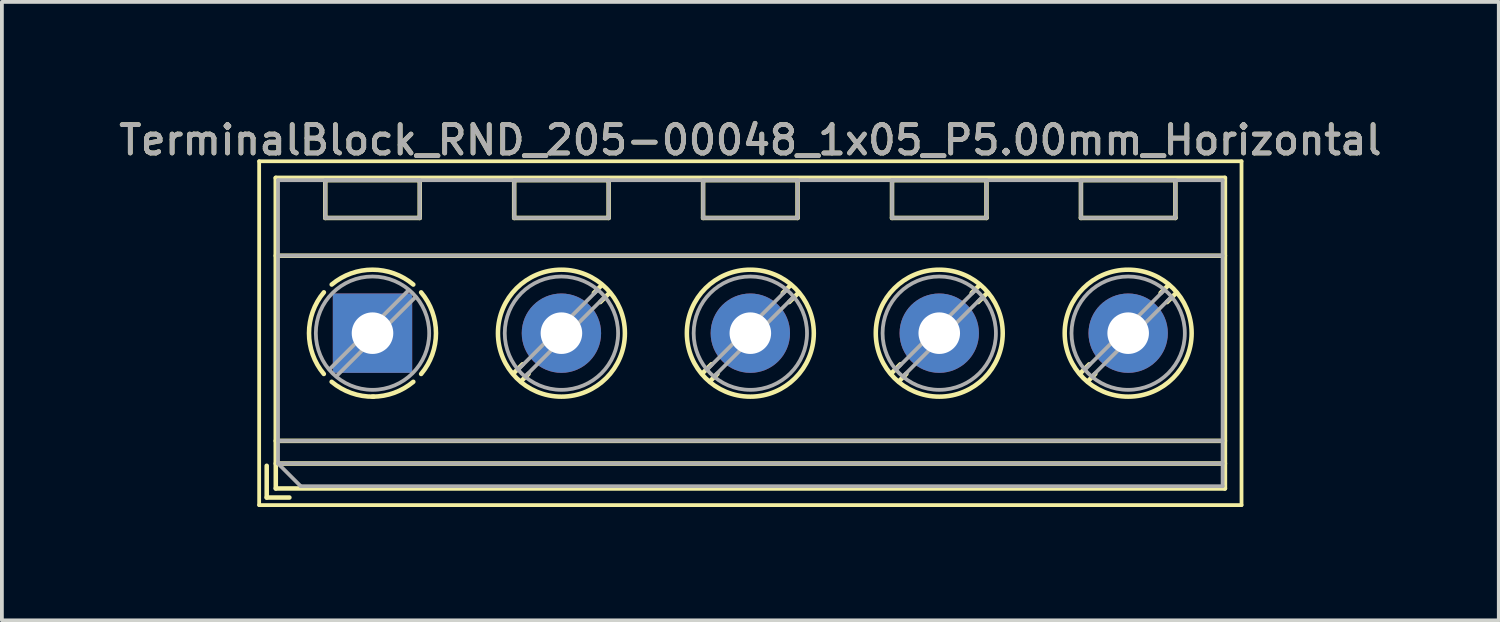
<source format=kicad_pcb>
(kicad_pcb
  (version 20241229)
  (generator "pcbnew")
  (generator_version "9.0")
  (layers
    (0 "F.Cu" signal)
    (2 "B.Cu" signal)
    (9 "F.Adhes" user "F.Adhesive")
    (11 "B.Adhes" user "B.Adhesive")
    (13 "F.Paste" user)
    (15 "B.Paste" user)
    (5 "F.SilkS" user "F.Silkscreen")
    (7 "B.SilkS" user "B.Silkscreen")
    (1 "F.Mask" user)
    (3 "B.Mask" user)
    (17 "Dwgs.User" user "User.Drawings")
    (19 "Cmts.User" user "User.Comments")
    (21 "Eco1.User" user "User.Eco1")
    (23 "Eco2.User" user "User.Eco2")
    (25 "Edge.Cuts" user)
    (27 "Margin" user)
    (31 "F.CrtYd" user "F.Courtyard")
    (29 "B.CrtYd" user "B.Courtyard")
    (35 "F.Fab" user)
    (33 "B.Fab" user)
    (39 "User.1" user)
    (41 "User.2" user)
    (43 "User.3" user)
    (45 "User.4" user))
  (footprint "TerminalBlock_RND_205-00048_1x05_P5.00mm_Horizontal"
    (layer "F.Cu")
    (at 6.809 5.768)
    (property "Reference" "TerminalBlock_RND_205-00048_1x05_P5.00mm_Horizontal" (at 10 -5.11 0) (layer "F.SilkS") (effects (font (size 0.75 0.75) (thickness 0.125))))
    (attr through_hole)
    (fp_line (start -3 -4.55) (end -3 4.55) (stroke (width 0.1) (type solid)) (layer "F.SilkS"))
    (fp_line (start -3 4.55) (end 23 4.55) (stroke (width 0.1) (type solid)) (layer "F.SilkS"))
    (fp_line (start -2.8 3.51) (end -2.8 4.35) (stroke (width 0.12) (type solid)) (layer "F.SilkS"))
    (fp_line (start -2.8 4.35) (end -2.2 4.35) (stroke (width 0.12) (type solid)) (layer "F.SilkS"))
    (fp_line (start -2.56 -4.11) (end -2.56 4.11) (stroke (width 0.12) (type solid)) (layer "F.SilkS"))
    (fp_line (start -2.56 -4.11) (end 22.56 -4.11) (stroke (width 0.12) (type solid)) (layer "F.SilkS"))
    (fp_line (start -2.56 -2.05) (end 22.56 -2.05) (stroke (width 0.12) (type solid)) (layer "F.SilkS"))
    (fp_line (start -2.56 2.85) (end 22.56 2.85) (stroke (width 0.12) (type solid)) (layer "F.SilkS"))
    (fp_line (start -2.56 3.45) (end 22.56 3.45) (stroke (width 0.12) (type solid)) (layer "F.SilkS"))
    (fp_line (start -2.56 4.11) (end 22.56 4.11) (stroke (width 0.12) (type solid)) (layer "F.SilkS"))
    (fp_line (start -1.25 -4.05) (end -1.25 -3.05) (stroke (width 0.12) (type solid)) (layer "F.SilkS"))
    (fp_line (start -1.25 -4.05) (end 1.25 -4.05) (stroke (width 0.12) (type solid)) (layer "F.SilkS"))
    (fp_line (start -1.25 -3.05) (end 1.25 -3.05) (stroke (width 0.12) (type solid)) (layer "F.SilkS"))
    (fp_line (start 1.25 -4.05) (end 1.25 -3.05) (stroke (width 0.12) (type solid)) (layer "F.SilkS"))
    (fp_line (start 3.75 -4.05) (end 3.75 -3.05) (stroke (width 0.12) (type solid)) (layer "F.SilkS"))
    (fp_line (start 3.75 -4.05) (end 6.25 -4.05) (stroke (width 0.12) (type solid)) (layer "F.SilkS"))
    (fp_line (start 3.75 -3.05) (end 6.25 -3.05) (stroke (width 0.12) (type solid)) (layer "F.SilkS"))
    (fp_line (start 3.972 0.823) (end 3.726 1.069) (stroke (width 0.12) (type solid)) (layer "F.SilkS"))
    (fp_line (start 4.13 1.075) (end 3.931 1.274) (stroke (width 0.12) (type solid)) (layer "F.SilkS"))
    (fp_line (start 6.07 -1.275) (end 5.859 -1.064) (stroke (width 0.12) (type solid)) (layer "F.SilkS"))
    (fp_line (start 6.25 -4.05) (end 6.25 -3.05) (stroke (width 0.12) (type solid)) (layer "F.SilkS"))
    (fp_line (start 6.275 -1.069) (end 6.029 -0.823) (stroke (width 0.12) (type solid)) (layer "F.SilkS"))
    (fp_line (start 8.75 -4.05) (end 8.75 -3.05) (stroke (width 0.12) (type solid)) (layer "F.SilkS"))
    (fp_line (start 8.75 -4.05) (end 11.25 -4.05) (stroke (width 0.12) (type solid)) (layer "F.SilkS"))
    (fp_line (start 8.75 -3.05) (end 11.25 -3.05) (stroke (width 0.12) (type solid)) (layer "F.SilkS"))
    (fp_line (start 8.972 0.823) (end 8.726 1.069) (stroke (width 0.12) (type solid)) (layer "F.SilkS"))
    (fp_line (start 9.13 1.075) (end 8.931 1.274) (stroke (width 0.12) (type solid)) (layer "F.SilkS"))
    (fp_line (start 11.07 -1.275) (end 10.859 -1.064) (stroke (width 0.12) (type solid)) (layer "F.SilkS"))
    (fp_line (start 11.25 -4.05) (end 11.25 -3.05) (stroke (width 0.12) (type solid)) (layer "F.SilkS"))
    (fp_line (start 11.275 -1.069) (end 11.029 -0.823) (stroke (width 0.12) (type solid)) (layer "F.SilkS"))
    (fp_line (start 13.75 -4.05) (end 13.75 -3.05) (stroke (width 0.12) (type solid)) (layer "F.SilkS"))
    (fp_line (start 13.75 -4.05) (end 16.25 -4.05) (stroke (width 0.12) (type solid)) (layer "F.SilkS"))
    (fp_line (start 13.75 -3.05) (end 16.25 -3.05) (stroke (width 0.12) (type solid)) (layer "F.SilkS"))
    (fp_line (start 13.972 0.823) (end 13.726 1.069) (stroke (width 0.12) (type solid)) (layer "F.SilkS"))
    (fp_line (start 14.13 1.075) (end 13.931 1.274) (stroke (width 0.12) (type solid)) (layer "F.SilkS"))
    (fp_line (start 16.07 -1.275) (end 15.859 -1.064) (stroke (width 0.12) (type solid)) (layer "F.SilkS"))
    (fp_line (start 16.25 -4.05) (end 16.25 -3.05) (stroke (width 0.12) (type solid)) (layer "F.SilkS"))
    (fp_line (start 16.275 -1.069) (end 16.029 -0.823) (stroke (width 0.12) (type solid)) (layer "F.SilkS"))
    (fp_line (start 18.75 -4.05) (end 18.75 -3.05) (stroke (width 0.12) (type solid)) (layer "F.SilkS"))
    (fp_line (start 18.75 -4.05) (end 21.25 -4.05) (stroke (width 0.12) (type solid)) (layer "F.SilkS"))
    (fp_line (start 18.75 -3.05) (end 21.25 -3.05) (stroke (width 0.12) (type solid)) (layer "F.SilkS"))
    (fp_line (start 18.972 0.823) (end 18.726 1.069) (stroke (width 0.12) (type solid)) (layer "F.SilkS"))
    (fp_line (start 19.13 1.075) (end 18.931 1.274) (stroke (width 0.12) (type solid)) (layer "F.SilkS"))
    (fp_line (start 21.07 -1.275) (end 20.859 -1.064) (stroke (width 0.12) (type solid)) (layer "F.SilkS"))
    (fp_line (start 21.25 -4.05) (end 21.25 -3.05) (stroke (width 0.12) (type solid)) (layer "F.SilkS"))
    (fp_line (start 21.275 -1.069) (end 21.029 -0.823) (stroke (width 0.12) (type solid)) (layer "F.SilkS"))
    (fp_line (start 22.56 -4.11) (end 22.56 4.11) (stroke (width 0.12) (type solid)) (layer "F.SilkS"))
    (fp_line (start 23 -4.55) (end -3 -4.55) (stroke (width 0.1) (type solid)) (layer "F.SilkS"))
    (fp_line (start 23 4.55) (end 23 -4.55) (stroke (width 0.1) (type solid)) (layer "F.SilkS"))
    (fp_arc (start -1.288062 1.079734) (mid -1.680752 -0.000826) (end -1.287 -1.081) (stroke (width 0.12) (type solid)) (layer "F.SilkS"))
    (fp_arc (start -1.079908 -1.287078) (mid 0.00006 -1.68011) (end 1.08 -1.287) (stroke (width 0.12) (type solid)) (layer "F.SilkS"))
    (fp_arc (start 0.028507 1.680511) (mid -0.561826 1.584071) (end -1.081 1.287) (stroke (width 0.12) (type solid)) (layer "F.SilkS"))
    (fp_arc (start 1.079883 1.286955) (mid 0.574594 1.578684) (end 0 1.68) (stroke (width 0.12) (type solid)) (layer "F.SilkS"))
    (fp_arc (start 1.287078 -1.079908) (mid 1.68011 0.00006) (end 1.287 1.08) (stroke (width 0.12) (type solid)) (layer "F.SilkS"))
    (fp_circle (center 5 0) (end 6.68 0) (stroke (width 0.12) (type solid)) (fill no) (layer "F.SilkS"))
    (fp_circle (center 10 0) (end 11.68 0) (stroke (width 0.12) (type solid)) (fill no) (layer "F.SilkS"))
    (fp_circle (center 15 0) (end 16.68 0) (stroke (width 0.12) (type solid)) (fill no) (layer "F.SilkS"))
    (fp_circle (center 20 0) (end 21.68 0) (stroke (width 0.12) (type solid)) (fill no) (layer "F.SilkS"))
    (fp_line (start -2.5 -4.05) (end 22.5 -4.05) (stroke (width 0.1) (type solid)) (layer "F.Fab"))
    (fp_line (start -2.5 -2.05) (end 22.5 -2.05) (stroke (width 0.1) (type solid)) (layer "F.Fab"))
    (fp_line (start -2.5 2.85) (end 22.5 2.85) (stroke (width 0.1) (type solid)) (layer "F.Fab"))
    (fp_line (start -2.5 3.45) (end -2.5 -4.05) (stroke (width 0.1) (type solid)) (layer "F.Fab"))
    (fp_line (start -2.5 3.45) (end 22.5 3.45) (stroke (width 0.1) (type solid)) (layer "F.Fab"))
    (fp_line (start -1.9 4.05) (end -2.5 3.45) (stroke (width 0.1) (type solid)) (layer "F.Fab"))
    (fp_line (start -1.25 -4.05) (end -1.25 -3.05) (stroke (width 0.1) (type solid)) (layer "F.Fab"))
    (fp_line (start -1.25 -3.05) (end 1.25 -3.05) (stroke (width 0.1) (type solid)) (layer "F.Fab"))
    (fp_line (start 0.955 -1.138) (end -1.138 0.955) (stroke (width 0.1) (type solid)) (layer "F.Fab"))
    (fp_line (start 1.138 -0.955) (end -0.955 1.138) (stroke (width 0.1) (type solid)) (layer "F.Fab"))
    (fp_line (start 1.25 -4.05) (end -1.25 -4.05) (stroke (width 0.1) (type solid)) (layer "F.Fab"))
    (fp_line (start 1.25 -3.05) (end 1.25 -4.05) (stroke (width 0.1) (type solid)) (layer "F.Fab"))
    (fp_line (start 3.75 -4.05) (end 3.75 -3.05) (stroke (width 0.1) (type solid)) (layer "F.Fab"))
    (fp_line (start 3.75 -3.05) (end 6.25 -3.05) (stroke (width 0.1) (type solid)) (layer "F.Fab"))
    (fp_line (start 5.955 -1.138) (end 3.863 0.955) (stroke (width 0.1) (type solid)) (layer "F.Fab"))
    (fp_line (start 6.138 -0.955) (end 4.046 1.138) (stroke (width 0.1) (type solid)) (layer "F.Fab"))
    (fp_line (start 6.25 -4.05) (end 3.75 -4.05) (stroke (width 0.1) (type solid)) (layer "F.Fab"))
    (fp_line (start 6.25 -3.05) (end 6.25 -4.05) (stroke (width 0.1) (type solid)) (layer "F.Fab"))
    (fp_line (start 8.75 -4.05) (end 8.75 -3.05) (stroke (width 0.1) (type solid)) (layer "F.Fab"))
    (fp_line (start 8.75 -3.05) (end 11.25 -3.05) (stroke (width 0.1) (type solid)) (layer "F.Fab"))
    (fp_line (start 10.955 -1.138) (end 8.863 0.955) (stroke (width 0.1) (type solid)) (layer "F.Fab"))
    (fp_line (start 11.138 -0.955) (end 9.046 1.138) (stroke (width 0.1) (type solid)) (layer "F.Fab"))
    (fp_line (start 11.25 -4.05) (end 8.75 -4.05) (stroke (width 0.1) (type solid)) (layer "F.Fab"))
    (fp_line (start 11.25 -3.05) (end 11.25 -4.05) (stroke (width 0.1) (type solid)) (layer "F.Fab"))
    (fp_line (start 13.75 -4.05) (end 13.75 -3.05) (stroke (width 0.1) (type solid)) (layer "F.Fab"))
    (fp_line (start 13.75 -3.05) (end 16.25 -3.05) (stroke (width 0.1) (type solid)) (layer "F.Fab"))
    (fp_line (start 15.955 -1.138) (end 13.863 0.955) (stroke (width 0.1) (type solid)) (layer "F.Fab"))
    (fp_line (start 16.138 -0.955) (end 14.046 1.138) (stroke (width 0.1) (type solid)) (layer "F.Fab"))
    (fp_line (start 16.25 -4.05) (end 13.75 -4.05) (stroke (width 0.1) (type solid)) (layer "F.Fab"))
    (fp_line (start 16.25 -3.05) (end 16.25 -4.05) (stroke (width 0.1) (type solid)) (layer "F.Fab"))
    (fp_line (start 18.75 -4.05) (end 18.75 -3.05) (stroke (width 0.1) (type solid)) (layer "F.Fab"))
    (fp_line (start 18.75 -3.05) (end 21.25 -3.05) (stroke (width 0.1) (type solid)) (layer "F.Fab"))
    (fp_line (start 20.955 -1.138) (end 18.863 0.955) (stroke (width 0.1) (type solid)) (layer "F.Fab"))
    (fp_line (start 21.138 -0.955) (end 19.046 1.138) (stroke (width 0.1) (type solid)) (layer "F.Fab"))
    (fp_line (start 21.25 -4.05) (end 18.75 -4.05) (stroke (width 0.1) (type solid)) (layer "F.Fab"))
    (fp_line (start 21.25 -3.05) (end 21.25 -4.05) (stroke (width 0.1) (type solid)) (layer "F.Fab"))
    (fp_line (start 22.5 -4.05) (end 22.5 4.05) (stroke (width 0.1) (type solid)) (layer "F.Fab"))
    (fp_line (start 22.5 4.05) (end -1.9 4.05) (stroke (width 0.1) (type solid)) (layer "F.Fab"))
    (fp_circle (center 0 0) (end 1.5 0) (stroke (width 0.1) (type solid)) (fill no) (layer "F.Fab"))
    (fp_circle (center 5 0) (end 6.5 0) (stroke (width 0.1) (type solid)) (fill no) (layer "F.Fab"))
    (fp_circle (center 10 0) (end 11.5 0) (stroke (width 0.1) (type solid)) (fill no) (layer "F.Fab"))
    (fp_circle (center 15 0) (end 16.5 0) (stroke (width 0.1) (type solid)) (fill no) (layer "F.Fab"))
    (fp_circle (center 20 0) (end 21.5 0) (stroke (width 0.1) (type solid)) (fill no) (layer "F.Fab"))
    (fp_text user "${REFERENCE}" (at 10 -5.11 0) (layer "F.Fab") (effects (font (size 0.75 0.75) (thickness 0.125))))
    (pad "1" thru_hole rect (at 0 0) (size 2.1 2.1) (drill 1.1) (layers "*.Cu" "*.Mask"))
    (pad "2" thru_hole circle (at 5 0) (size 2.1 2.1) (drill 1.1) (layers "*.Cu" "*.Mask"))
    (pad "3" thru_hole circle (at 10 0) (size 2.1 2.1) (drill 1.1) (layers "*.Cu" "*.Mask"))
    (pad "4" thru_hole circle (at 15 0) (size 2.1 2.1) (drill 1.1) (layers "*.Cu" "*.Mask"))
    (pad "5" thru_hole circle (at 20 0) (size 2.1 2.1) (drill 1.1) (layers "*.Cu" "*.Mask")))
  (gr_rect
    (start -3 -3)
    (end 36.618 13.368)
    (stroke (width 0.1) (type default))
    (fill no)
    (layer "Edge.Cuts")))
</source>
